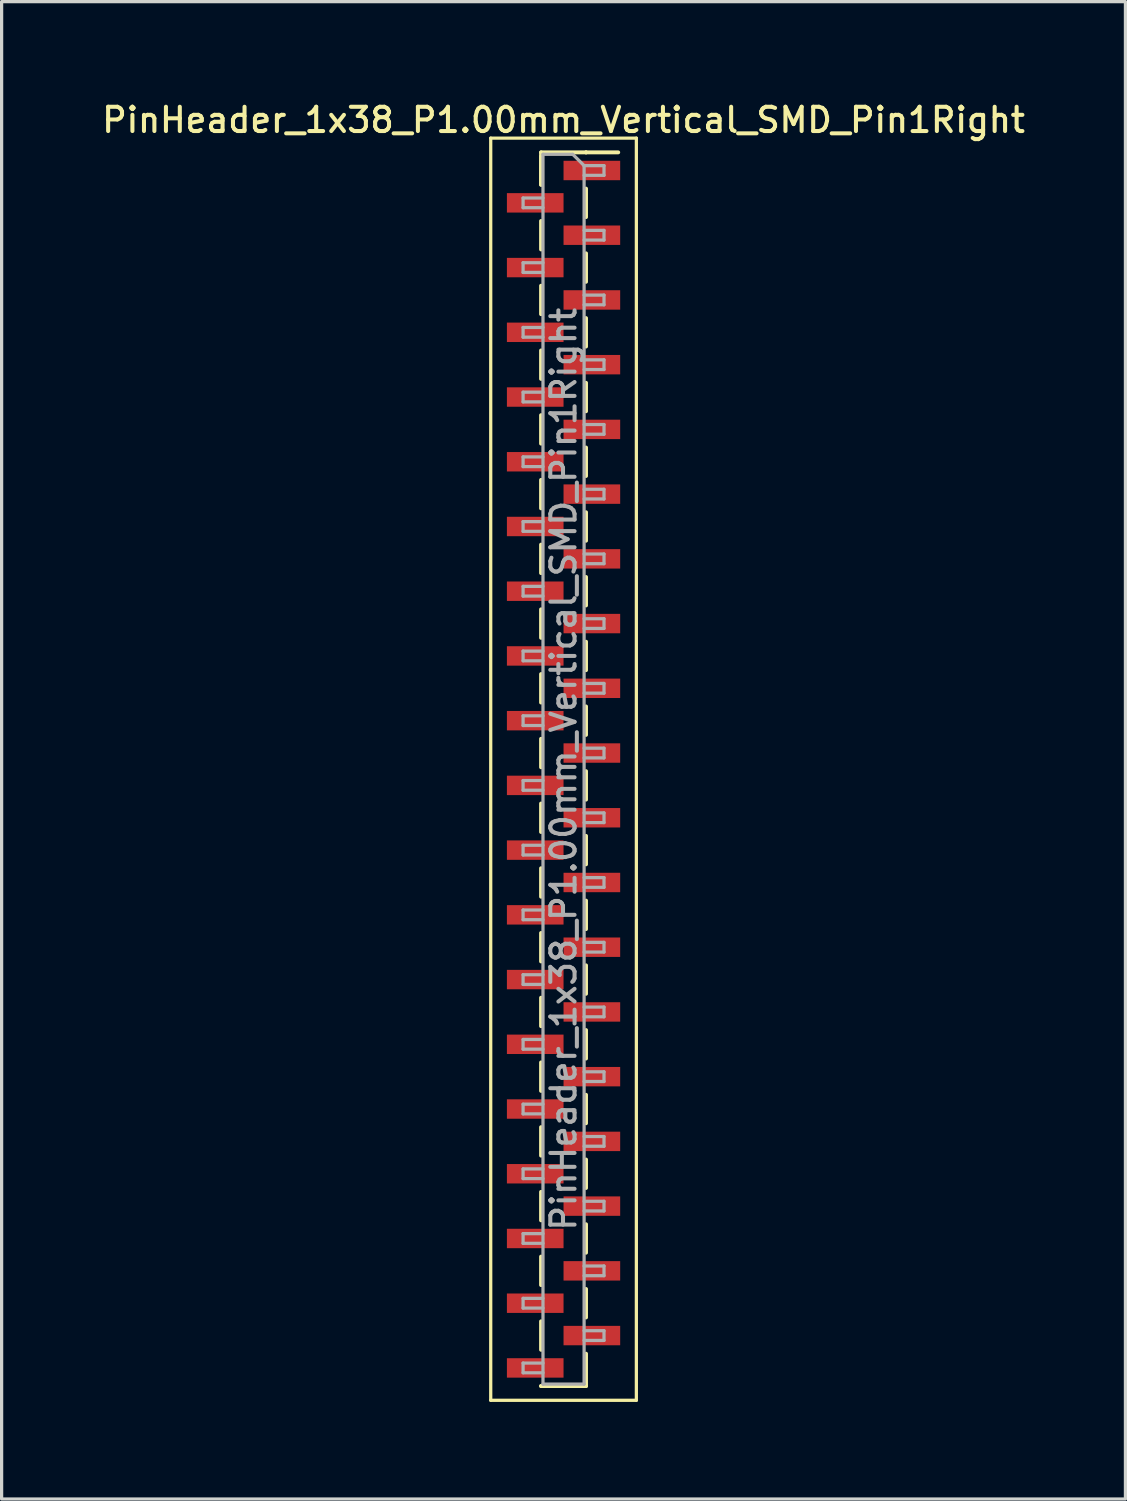
<source format=kicad_pcb>
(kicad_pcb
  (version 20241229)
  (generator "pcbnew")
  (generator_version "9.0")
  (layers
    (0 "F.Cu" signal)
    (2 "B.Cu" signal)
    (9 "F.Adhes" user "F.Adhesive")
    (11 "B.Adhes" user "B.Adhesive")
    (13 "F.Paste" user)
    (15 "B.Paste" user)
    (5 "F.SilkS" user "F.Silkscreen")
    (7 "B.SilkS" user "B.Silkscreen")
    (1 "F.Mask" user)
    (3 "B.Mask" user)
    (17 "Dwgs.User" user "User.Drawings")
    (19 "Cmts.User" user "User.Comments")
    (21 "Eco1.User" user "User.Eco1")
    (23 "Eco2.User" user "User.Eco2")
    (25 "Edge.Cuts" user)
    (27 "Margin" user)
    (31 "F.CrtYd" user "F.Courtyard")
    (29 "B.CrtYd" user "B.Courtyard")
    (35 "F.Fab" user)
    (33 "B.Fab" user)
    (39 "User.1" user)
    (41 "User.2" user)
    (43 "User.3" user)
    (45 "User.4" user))
  (footprint "PinHeader_1x38_P1.00mm_Vertical_SMD_Pin1Right"
    (layer "F.Cu")
    (at 14.363 20.718)
    (property "Reference" "PinHeader_1x38_P1.00mm_Vertical_SMD_Pin1Right" (at 0 -20.06 0) (layer "F.SilkS") (effects (font (size 0.75 0.75) (thickness 0.125))))
    (attr smd)
    (fp_line (start -2.25 -19.5) (end -2.25 19.5) (stroke (width 0.1) (type solid)) (layer "F.SilkS"))
    (fp_line (start -2.25 19.5) (end 2.25 19.5) (stroke (width 0.1) (type solid)) (layer "F.SilkS"))
    (fp_line (start -0.695 -19.06) (end -0.695 -18.06) (stroke (width 0.12) (type solid)) (layer "F.SilkS"))
    (fp_line (start -0.695 -19.06) (end 0.695 -19.06) (stroke (width 0.12) (type solid)) (layer "F.SilkS"))
    (fp_line (start -0.695 -18.94) (end -0.695 -18.06) (stroke (width 0.12) (type solid)) (layer "F.SilkS"))
    (fp_line (start -0.695 -16.94) (end -0.695 -16.06) (stroke (width 0.12) (type solid)) (layer "F.SilkS"))
    (fp_line (start -0.695 -14.94) (end -0.695 -14.06) (stroke (width 0.12) (type solid)) (layer "F.SilkS"))
    (fp_line (start -0.695 -12.94) (end -0.695 -12.06) (stroke (width 0.12) (type solid)) (layer "F.SilkS"))
    (fp_line (start -0.695 -10.94) (end -0.695 -10.06) (stroke (width 0.12) (type solid)) (layer "F.SilkS"))
    (fp_line (start -0.695 -8.94) (end -0.695 -8.06) (stroke (width 0.12) (type solid)) (layer "F.SilkS"))
    (fp_line (start -0.695 -6.94) (end -0.695 -6.06) (stroke (width 0.12) (type solid)) (layer "F.SilkS"))
    (fp_line (start -0.695 -4.94) (end -0.695 -4.06) (stroke (width 0.12) (type solid)) (layer "F.SilkS"))
    (fp_line (start -0.695 -2.94) (end -0.695 -2.06) (stroke (width 0.12) (type solid)) (layer "F.SilkS"))
    (fp_line (start -0.695 -0.94) (end -0.695 -0.06) (stroke (width 0.12) (type solid)) (layer "F.SilkS"))
    (fp_line (start -0.695 1.06) (end -0.695 1.94) (stroke (width 0.12) (type solid)) (layer "F.SilkS"))
    (fp_line (start -0.695 3.06) (end -0.695 3.94) (stroke (width 0.12) (type solid)) (layer "F.SilkS"))
    (fp_line (start -0.695 5.06) (end -0.695 5.94) (stroke (width 0.12) (type solid)) (layer "F.SilkS"))
    (fp_line (start -0.695 7.06) (end -0.695 7.94) (stroke (width 0.12) (type solid)) (layer "F.SilkS"))
    (fp_line (start -0.695 9.06) (end -0.695 9.94) (stroke (width 0.12) (type solid)) (layer "F.SilkS"))
    (fp_line (start -0.695 11.06) (end -0.695 11.94) (stroke (width 0.12) (type solid)) (layer "F.SilkS"))
    (fp_line (start -0.695 13.06) (end -0.695 13.94) (stroke (width 0.12) (type solid)) (layer "F.SilkS"))
    (fp_line (start -0.695 15.06) (end -0.695 15.94) (stroke (width 0.12) (type solid)) (layer "F.SilkS"))
    (fp_line (start -0.695 17.06) (end -0.695 17.94) (stroke (width 0.12) (type solid)) (layer "F.SilkS"))
    (fp_line (start -0.695 19.06) (end -0.695 19.06) (stroke (width 0.12) (type solid)) (layer "F.SilkS"))
    (fp_line (start -0.695 19.06) (end 0.695 19.06) (stroke (width 0.12) (type solid)) (layer "F.SilkS"))
    (fp_line (start 0.695 -19.06) (end 0.695 -19.06) (stroke (width 0.12) (type solid)) (layer "F.SilkS"))
    (fp_line (start 0.695 -19.06) (end 1.69 -19.06) (stroke (width 0.12) (type solid)) (layer "F.SilkS"))
    (fp_line (start 0.695 -17.94) (end 0.695 -17.06) (stroke (width 0.12) (type solid)) (layer "F.SilkS"))
    (fp_line (start 0.695 -15.94) (end 0.695 -15.06) (stroke (width 0.12) (type solid)) (layer "F.SilkS"))
    (fp_line (start 0.695 -13.94) (end 0.695 -13.06) (stroke (width 0.12) (type solid)) (layer "F.SilkS"))
    (fp_line (start 0.695 -11.94) (end 0.695 -11.06) (stroke (width 0.12) (type solid)) (layer "F.SilkS"))
    (fp_line (start 0.695 -9.94) (end 0.695 -9.06) (stroke (width 0.12) (type solid)) (layer "F.SilkS"))
    (fp_line (start 0.695 -7.94) (end 0.695 -7.06) (stroke (width 0.12) (type solid)) (layer "F.SilkS"))
    (fp_line (start 0.695 -5.94) (end 0.695 -5.06) (stroke (width 0.12) (type solid)) (layer "F.SilkS"))
    (fp_line (start 0.695 -3.94) (end 0.695 -3.06) (stroke (width 0.12) (type solid)) (layer "F.SilkS"))
    (fp_line (start 0.695 -1.94) (end 0.695 -1.06) (stroke (width 0.12) (type solid)) (layer "F.SilkS"))
    (fp_line (start 0.695 0.06) (end 0.695 0.94) (stroke (width 0.12) (type solid)) (layer "F.SilkS"))
    (fp_line (start 0.695 2.06) (end 0.695 2.94) (stroke (width 0.12) (type solid)) (layer "F.SilkS"))
    (fp_line (start 0.695 4.06) (end 0.695 4.94) (stroke (width 0.12) (type solid)) (layer "F.SilkS"))
    (fp_line (start 0.695 6.06) (end 0.695 6.94) (stroke (width 0.12) (type solid)) (layer "F.SilkS"))
    (fp_line (start 0.695 8.06) (end 0.695 8.94) (stroke (width 0.12) (type solid)) (layer "F.SilkS"))
    (fp_line (start 0.695 10.06) (end 0.695 10.94) (stroke (width 0.12) (type solid)) (layer "F.SilkS"))
    (fp_line (start 0.695 12.06) (end 0.695 12.94) (stroke (width 0.12) (type solid)) (layer "F.SilkS"))
    (fp_line (start 0.695 14.06) (end 0.695 14.94) (stroke (width 0.12) (type solid)) (layer "F.SilkS"))
    (fp_line (start 0.695 16.06) (end 0.695 16.94) (stroke (width 0.12) (type solid)) (layer "F.SilkS"))
    (fp_line (start 0.695 18.06) (end 0.695 19.06) (stroke (width 0.12) (type solid)) (layer "F.SilkS"))
    (fp_line (start 2.25 -19.5) (end -2.25 -19.5) (stroke (width 0.1) (type solid)) (layer "F.SilkS"))
    (fp_line (start 2.25 19.5) (end 2.25 -19.5) (stroke (width 0.1) (type solid)) (layer "F.SilkS"))
    (fp_line (start -1.25 -17.65) (end -1.25 -17.35) (stroke (width 0.1) (type solid)) (layer "F.Fab"))
    (fp_line (start -1.25 -17.35) (end -0.635 -17.35) (stroke (width 0.1) (type solid)) (layer "F.Fab"))
    (fp_line (start -1.25 -15.65) (end -1.25 -15.35) (stroke (width 0.1) (type solid)) (layer "F.Fab"))
    (fp_line (start -1.25 -15.35) (end -0.635 -15.35) (stroke (width 0.1) (type solid)) (layer "F.Fab"))
    (fp_line (start -1.25 -13.65) (end -1.25 -13.35) (stroke (width 0.1) (type solid)) (layer "F.Fab"))
    (fp_line (start -1.25 -13.35) (end -0.635 -13.35) (stroke (width 0.1) (type solid)) (layer "F.Fab"))
    (fp_line (start -1.25 -11.65) (end -1.25 -11.35) (stroke (width 0.1) (type solid)) (layer "F.Fab"))
    (fp_line (start -1.25 -11.35) (end -0.635 -11.35) (stroke (width 0.1) (type solid)) (layer "F.Fab"))
    (fp_line (start -1.25 -9.65) (end -1.25 -9.35) (stroke (width 0.1) (type solid)) (layer "F.Fab"))
    (fp_line (start -1.25 -9.35) (end -0.635 -9.35) (stroke (width 0.1) (type solid)) (layer "F.Fab"))
    (fp_line (start -1.25 -7.65) (end -1.25 -7.35) (stroke (width 0.1) (type solid)) (layer "F.Fab"))
    (fp_line (start -1.25 -7.35) (end -0.635 -7.35) (stroke (width 0.1) (type solid)) (layer "F.Fab"))
    (fp_line (start -1.25 -5.65) (end -1.25 -5.35) (stroke (width 0.1) (type solid)) (layer "F.Fab"))
    (fp_line (start -1.25 -5.35) (end -0.635 -5.35) (stroke (width 0.1) (type solid)) (layer "F.Fab"))
    (fp_line (start -1.25 -3.65) (end -1.25 -3.35) (stroke (width 0.1) (type solid)) (layer "F.Fab"))
    (fp_line (start -1.25 -3.35) (end -0.635 -3.35) (stroke (width 0.1) (type solid)) (layer "F.Fab"))
    (fp_line (start -1.25 -1.65) (end -1.25 -1.35) (stroke (width 0.1) (type solid)) (layer "F.Fab"))
    (fp_line (start -1.25 -1.35) (end -0.635 -1.35) (stroke (width 0.1) (type solid)) (layer "F.Fab"))
    (fp_line (start -1.25 0.35) (end -1.25 0.65) (stroke (width 0.1) (type solid)) (layer "F.Fab"))
    (fp_line (start -1.25 0.65) (end -0.635 0.65) (stroke (width 0.1) (type solid)) (layer "F.Fab"))
    (fp_line (start -1.25 2.35) (end -1.25 2.65) (stroke (width 0.1) (type solid)) (layer "F.Fab"))
    (fp_line (start -1.25 2.65) (end -0.635 2.65) (stroke (width 0.1) (type solid)) (layer "F.Fab"))
    (fp_line (start -1.25 4.35) (end -1.25 4.65) (stroke (width 0.1) (type solid)) (layer "F.Fab"))
    (fp_line (start -1.25 4.65) (end -0.635 4.65) (stroke (width 0.1) (type solid)) (layer "F.Fab"))
    (fp_line (start -1.25 6.35) (end -1.25 6.65) (stroke (width 0.1) (type solid)) (layer "F.Fab"))
    (fp_line (start -1.25 6.65) (end -0.635 6.65) (stroke (width 0.1) (type solid)) (layer "F.Fab"))
    (fp_line (start -1.25 8.35) (end -1.25 8.65) (stroke (width 0.1) (type solid)) (layer "F.Fab"))
    (fp_line (start -1.25 8.65) (end -0.635 8.65) (stroke (width 0.1) (type solid)) (layer "F.Fab"))
    (fp_line (start -1.25 10.35) (end -1.25 10.65) (stroke (width 0.1) (type solid)) (layer "F.Fab"))
    (fp_line (start -1.25 10.65) (end -0.635 10.65) (stroke (width 0.1) (type solid)) (layer "F.Fab"))
    (fp_line (start -1.25 12.35) (end -1.25 12.65) (stroke (width 0.1) (type solid)) (layer "F.Fab"))
    (fp_line (start -1.25 12.65) (end -0.635 12.65) (stroke (width 0.1) (type solid)) (layer "F.Fab"))
    (fp_line (start -1.25 14.35) (end -1.25 14.65) (stroke (width 0.1) (type solid)) (layer "F.Fab"))
    (fp_line (start -1.25 14.65) (end -0.635 14.65) (stroke (width 0.1) (type solid)) (layer "F.Fab"))
    (fp_line (start -1.25 16.35) (end -1.25 16.65) (stroke (width 0.1) (type solid)) (layer "F.Fab"))
    (fp_line (start -1.25 16.65) (end -0.635 16.65) (stroke (width 0.1) (type solid)) (layer "F.Fab"))
    (fp_line (start -1.25 18.35) (end -1.25 18.65) (stroke (width 0.1) (type solid)) (layer "F.Fab"))
    (fp_line (start -1.25 18.65) (end -0.635 18.65) (stroke (width 0.1) (type solid)) (layer "F.Fab"))
    (fp_line (start -0.635 -19) (end -0.635 19) (stroke (width 0.1) (type solid)) (layer "F.Fab"))
    (fp_line (start -0.635 -19) (end 0.285 -19) (stroke (width 0.1) (type solid)) (layer "F.Fab"))
    (fp_line (start -0.635 -17.65) (end -1.25 -17.65) (stroke (width 0.1) (type solid)) (layer "F.Fab"))
    (fp_line (start -0.635 -15.65) (end -1.25 -15.65) (stroke (width 0.1) (type solid)) (layer "F.Fab"))
    (fp_line (start -0.635 -13.65) (end -1.25 -13.65) (stroke (width 0.1) (type solid)) (layer "F.Fab"))
    (fp_line (start -0.635 -11.65) (end -1.25 -11.65) (stroke (width 0.1) (type solid)) (layer "F.Fab"))
    (fp_line (start -0.635 -9.65) (end -1.25 -9.65) (stroke (width 0.1) (type solid)) (layer "F.Fab"))
    (fp_line (start -0.635 -7.65) (end -1.25 -7.65) (stroke (width 0.1) (type solid)) (layer "F.Fab"))
    (fp_line (start -0.635 -5.65) (end -1.25 -5.65) (stroke (width 0.1) (type solid)) (layer "F.Fab"))
    (fp_line (start -0.635 -3.65) (end -1.25 -3.65) (stroke (width 0.1) (type solid)) (layer "F.Fab"))
    (fp_line (start -0.635 -1.65) (end -1.25 -1.65) (stroke (width 0.1) (type solid)) (layer "F.Fab"))
    (fp_line (start -0.635 0.35) (end -1.25 0.35) (stroke (width 0.1) (type solid)) (layer "F.Fab"))
    (fp_line (start -0.635 2.35) (end -1.25 2.35) (stroke (width 0.1) (type solid)) (layer "F.Fab"))
    (fp_line (start -0.635 4.35) (end -1.25 4.35) (stroke (width 0.1) (type solid)) (layer "F.Fab"))
    (fp_line (start -0.635 6.35) (end -1.25 6.35) (stroke (width 0.1) (type solid)) (layer "F.Fab"))
    (fp_line (start -0.635 8.35) (end -1.25 8.35) (stroke (width 0.1) (type solid)) (layer "F.Fab"))
    (fp_line (start -0.635 10.35) (end -1.25 10.35) (stroke (width 0.1) (type solid)) (layer "F.Fab"))
    (fp_line (start -0.635 12.35) (end -1.25 12.35) (stroke (width 0.1) (type solid)) (layer "F.Fab"))
    (fp_line (start -0.635 14.35) (end -1.25 14.35) (stroke (width 0.1) (type solid)) (layer "F.Fab"))
    (fp_line (start -0.635 16.35) (end -1.25 16.35) (stroke (width 0.1) (type solid)) (layer "F.Fab"))
    (fp_line (start -0.635 18.35) (end -1.25 18.35) (stroke (width 0.1) (type solid)) (layer "F.Fab"))
    (fp_line (start 0.635 -18.65) (end 0.285 -19) (stroke (width 0.1) (type solid)) (layer "F.Fab"))
    (fp_line (start 0.635 -18.65) (end 1.25 -18.65) (stroke (width 0.1) (type solid)) (layer "F.Fab"))
    (fp_line (start 0.635 -16.65) (end 1.25 -16.65) (stroke (width 0.1) (type solid)) (layer "F.Fab"))
    (fp_line (start 0.635 -14.65) (end 1.25 -14.65) (stroke (width 0.1) (type solid)) (layer "F.Fab"))
    (fp_line (start 0.635 -12.65) (end 1.25 -12.65) (stroke (width 0.1) (type solid)) (layer "F.Fab"))
    (fp_line (start 0.635 -10.65) (end 1.25 -10.65) (stroke (width 0.1) (type solid)) (layer "F.Fab"))
    (fp_line (start 0.635 -8.65) (end 1.25 -8.65) (stroke (width 0.1) (type solid)) (layer "F.Fab"))
    (fp_line (start 0.635 -6.65) (end 1.25 -6.65) (stroke (width 0.1) (type solid)) (layer "F.Fab"))
    (fp_line (start 0.635 -4.65) (end 1.25 -4.65) (stroke (width 0.1) (type solid)) (layer "F.Fab"))
    (fp_line (start 0.635 -2.65) (end 1.25 -2.65) (stroke (width 0.1) (type solid)) (layer "F.Fab"))
    (fp_line (start 0.635 -0.65) (end 1.25 -0.65) (stroke (width 0.1) (type solid)) (layer "F.Fab"))
    (fp_line (start 0.635 1.35) (end 1.25 1.35) (stroke (width 0.1) (type solid)) (layer "F.Fab"))
    (fp_line (start 0.635 3.35) (end 1.25 3.35) (stroke (width 0.1) (type solid)) (layer "F.Fab"))
    (fp_line (start 0.635 5.35) (end 1.25 5.35) (stroke (width 0.1) (type solid)) (layer "F.Fab"))
    (fp_line (start 0.635 7.35) (end 1.25 7.35) (stroke (width 0.1) (type solid)) (layer "F.Fab"))
    (fp_line (start 0.635 9.35) (end 1.25 9.35) (stroke (width 0.1) (type solid)) (layer "F.Fab"))
    (fp_line (start 0.635 11.35) (end 1.25 11.35) (stroke (width 0.1) (type solid)) (layer "F.Fab"))
    (fp_line (start 0.635 13.35) (end 1.25 13.35) (stroke (width 0.1) (type solid)) (layer "F.Fab"))
    (fp_line (start 0.635 15.35) (end 1.25 15.35) (stroke (width 0.1) (type solid)) (layer "F.Fab"))
    (fp_line (start 0.635 17.35) (end 1.25 17.35) (stroke (width 0.1) (type solid)) (layer "F.Fab"))
    (fp_line (start 0.635 19) (end -0.635 19) (stroke (width 0.1) (type solid)) (layer "F.Fab"))
    (fp_line (start 0.635 19) (end 0.635 -18.65) (stroke (width 0.1) (type solid)) (layer "F.Fab"))
    (fp_line (start 1.25 -18.65) (end 1.25 -18.35) (stroke (width 0.1) (type solid)) (layer "F.Fab"))
    (fp_line (start 1.25 -18.35) (end 0.635 -18.35) (stroke (width 0.1) (type solid)) (layer "F.Fab"))
    (fp_line (start 1.25 -16.65) (end 1.25 -16.35) (stroke (width 0.1) (type solid)) (layer "F.Fab"))
    (fp_line (start 1.25 -16.35) (end 0.635 -16.35) (stroke (width 0.1) (type solid)) (layer "F.Fab"))
    (fp_line (start 1.25 -14.65) (end 1.25 -14.35) (stroke (width 0.1) (type solid)) (layer "F.Fab"))
    (fp_line (start 1.25 -14.35) (end 0.635 -14.35) (stroke (width 0.1) (type solid)) (layer "F.Fab"))
    (fp_line (start 1.25 -12.65) (end 1.25 -12.35) (stroke (width 0.1) (type solid)) (layer "F.Fab"))
    (fp_line (start 1.25 -12.35) (end 0.635 -12.35) (stroke (width 0.1) (type solid)) (layer "F.Fab"))
    (fp_line (start 1.25 -10.65) (end 1.25 -10.35) (stroke (width 0.1) (type solid)) (layer "F.Fab"))
    (fp_line (start 1.25 -10.35) (end 0.635 -10.35) (stroke (width 0.1) (type solid)) (layer "F.Fab"))
    (fp_line (start 1.25 -8.65) (end 1.25 -8.35) (stroke (width 0.1) (type solid)) (layer "F.Fab"))
    (fp_line (start 1.25 -8.35) (end 0.635 -8.35) (stroke (width 0.1) (type solid)) (layer "F.Fab"))
    (fp_line (start 1.25 -6.65) (end 1.25 -6.35) (stroke (width 0.1) (type solid)) (layer "F.Fab"))
    (fp_line (start 1.25 -6.35) (end 0.635 -6.35) (stroke (width 0.1) (type solid)) (layer "F.Fab"))
    (fp_line (start 1.25 -4.65) (end 1.25 -4.35) (stroke (width 0.1) (type solid)) (layer "F.Fab"))
    (fp_line (start 1.25 -4.35) (end 0.635 -4.35) (stroke (width 0.1) (type solid)) (layer "F.Fab"))
    (fp_line (start 1.25 -2.65) (end 1.25 -2.35) (stroke (width 0.1) (type solid)) (layer "F.Fab"))
    (fp_line (start 1.25 -2.35) (end 0.635 -2.35) (stroke (width 0.1) (type solid)) (layer "F.Fab"))
    (fp_line (start 1.25 -0.65) (end 1.25 -0.35) (stroke (width 0.1) (type solid)) (layer "F.Fab"))
    (fp_line (start 1.25 -0.35) (end 0.635 -0.35) (stroke (width 0.1) (type solid)) (layer "F.Fab"))
    (fp_line (start 1.25 1.35) (end 1.25 1.65) (stroke (width 0.1) (type solid)) (layer "F.Fab"))
    (fp_line (start 1.25 1.65) (end 0.635 1.65) (stroke (width 0.1) (type solid)) (layer "F.Fab"))
    (fp_line (start 1.25 3.35) (end 1.25 3.65) (stroke (width 0.1) (type solid)) (layer "F.Fab"))
    (fp_line (start 1.25 3.65) (end 0.635 3.65) (stroke (width 0.1) (type solid)) (layer "F.Fab"))
    (fp_line (start 1.25 5.35) (end 1.25 5.65) (stroke (width 0.1) (type solid)) (layer "F.Fab"))
    (fp_line (start 1.25 5.65) (end 0.635 5.65) (stroke (width 0.1) (type solid)) (layer "F.Fab"))
    (fp_line (start 1.25 7.35) (end 1.25 7.65) (stroke (width 0.1) (type solid)) (layer "F.Fab"))
    (fp_line (start 1.25 7.65) (end 0.635 7.65) (stroke (width 0.1) (type solid)) (layer "F.Fab"))
    (fp_line (start 1.25 9.35) (end 1.25 9.65) (stroke (width 0.1) (type solid)) (layer "F.Fab"))
    (fp_line (start 1.25 9.65) (end 0.635 9.65) (stroke (width 0.1) (type solid)) (layer "F.Fab"))
    (fp_line (start 1.25 11.35) (end 1.25 11.65) (stroke (width 0.1) (type solid)) (layer "F.Fab"))
    (fp_line (start 1.25 11.65) (end 0.635 11.65) (stroke (width 0.1) (type solid)) (layer "F.Fab"))
    (fp_line (start 1.25 13.35) (end 1.25 13.65) (stroke (width 0.1) (type solid)) (layer "F.Fab"))
    (fp_line (start 1.25 13.65) (end 0.635 13.65) (stroke (width 0.1) (type solid)) (layer "F.Fab"))
    (fp_line (start 1.25 15.35) (end 1.25 15.65) (stroke (width 0.1) (type solid)) (layer "F.Fab"))
    (fp_line (start 1.25 15.65) (end 0.635 15.65) (stroke (width 0.1) (type solid)) (layer "F.Fab"))
    (fp_line (start 1.25 17.35) (end 1.25 17.65) (stroke (width 0.1) (type solid)) (layer "F.Fab"))
    (fp_line (start 1.25 17.65) (end 0.635 17.65) (stroke (width 0.1) (type solid)) (layer "F.Fab"))
    (fp_text user "${REFERENCE}" (at 0 0 90) (layer "F.Fab") (effects (font (size 0.75 0.75) (thickness 0.125))))
    (pad "1" smd rect (at 0.875 -18.5) (size 1.75 0.6) (layers "F.Cu" "F.Mask" "F.Paste"))
    (pad "2" smd rect (at -0.875 -17.5) (size 1.75 0.6) (layers "F.Cu" "F.Mask" "F.Paste"))
    (pad "3" smd rect (at 0.875 -16.5) (size 1.75 0.6) (layers "F.Cu" "F.Mask" "F.Paste"))
    (pad "4" smd rect (at -0.875 -15.5) (size 1.75 0.6) (layers "F.Cu" "F.Mask" "F.Paste"))
    (pad "5" smd rect (at 0.875 -14.5) (size 1.75 0.6) (layers "F.Cu" "F.Mask" "F.Paste"))
    (pad "6" smd rect (at -0.875 -13.5) (size 1.75 0.6) (layers "F.Cu" "F.Mask" "F.Paste"))
    (pad "7" smd rect (at 0.875 -12.5) (size 1.75 0.6) (layers "F.Cu" "F.Mask" "F.Paste"))
    (pad "8" smd rect (at -0.875 -11.5) (size 1.75 0.6) (layers "F.Cu" "F.Mask" "F.Paste"))
    (pad "9" smd rect (at 0.875 -10.5) (size 1.75 0.6) (layers "F.Cu" "F.Mask" "F.Paste"))
    (pad "10" smd rect (at -0.875 -9.5) (size 1.75 0.6) (layers "F.Cu" "F.Mask" "F.Paste"))
    (pad "11" smd rect (at 0.875 -8.5) (size 1.75 0.6) (layers "F.Cu" "F.Mask" "F.Paste"))
    (pad "12" smd rect (at -0.875 -7.5) (size 1.75 0.6) (layers "F.Cu" "F.Mask" "F.Paste"))
    (pad "13" smd rect (at 0.875 -6.5) (size 1.75 0.6) (layers "F.Cu" "F.Mask" "F.Paste"))
    (pad "14" smd rect (at -0.875 -5.5) (size 1.75 0.6) (layers "F.Cu" "F.Mask" "F.Paste"))
    (pad "15" smd rect (at 0.875 -4.5) (size 1.75 0.6) (layers "F.Cu" "F.Mask" "F.Paste"))
    (pad "16" smd rect (at -0.875 -3.5) (size 1.75 0.6) (layers "F.Cu" "F.Mask" "F.Paste"))
    (pad "17" smd rect (at 0.875 -2.5) (size 1.75 0.6) (layers "F.Cu" "F.Mask" "F.Paste"))
    (pad "18" smd rect (at -0.875 -1.5) (size 1.75 0.6) (layers "F.Cu" "F.Mask" "F.Paste"))
    (pad "19" smd rect (at 0.875 -0.5) (size 1.75 0.6) (layers "F.Cu" "F.Mask" "F.Paste"))
    (pad "20" smd rect (at -0.875 0.5) (size 1.75 0.6) (layers "F.Cu" "F.Mask" "F.Paste"))
    (pad "21" smd rect (at 0.875 1.5) (size 1.75 0.6) (layers "F.Cu" "F.Mask" "F.Paste"))
    (pad "22" smd rect (at -0.875 2.5) (size 1.75 0.6) (layers "F.Cu" "F.Mask" "F.Paste"))
    (pad "23" smd rect (at 0.875 3.5) (size 1.75 0.6) (layers "F.Cu" "F.Mask" "F.Paste"))
    (pad "24" smd rect (at -0.875 4.5) (size 1.75 0.6) (layers "F.Cu" "F.Mask" "F.Paste"))
    (pad "25" smd rect (at 0.875 5.5) (size 1.75 0.6) (layers "F.Cu" "F.Mask" "F.Paste"))
    (pad "26" smd rect (at -0.875 6.5) (size 1.75 0.6) (layers "F.Cu" "F.Mask" "F.Paste"))
    (pad "27" smd rect (at 0.875 7.5) (size 1.75 0.6) (layers "F.Cu" "F.Mask" "F.Paste"))
    (pad "28" smd rect (at -0.875 8.5) (size 1.75 0.6) (layers "F.Cu" "F.Mask" "F.Paste"))
    (pad "29" smd rect (at 0.875 9.5) (size 1.75 0.6) (layers "F.Cu" "F.Mask" "F.Paste"))
    (pad "30" smd rect (at -0.875 10.5) (size 1.75 0.6) (layers "F.Cu" "F.Mask" "F.Paste"))
    (pad "31" smd rect (at 0.875 11.5) (size 1.75 0.6) (layers "F.Cu" "F.Mask" "F.Paste"))
    (pad "32" smd rect (at -0.875 12.5) (size 1.75 0.6) (layers "F.Cu" "F.Mask" "F.Paste"))
    (pad "33" smd rect (at 0.875 13.5) (size 1.75 0.6) (layers "F.Cu" "F.Mask" "F.Paste"))
    (pad "34" smd rect (at -0.875 14.5) (size 1.75 0.6) (layers "F.Cu" "F.Mask" "F.Paste"))
    (pad "35" smd rect (at 0.875 15.5) (size 1.75 0.6) (layers "F.Cu" "F.Mask" "F.Paste"))
    (pad "36" smd rect (at -0.875 16.5) (size 1.75 0.6) (layers "F.Cu" "F.Mask" "F.Paste"))
    (pad "37" smd rect (at 0.875 17.5) (size 1.75 0.6) (layers "F.Cu" "F.Mask" "F.Paste"))
    (pad "38" smd rect (at -0.875 18.5) (size 1.75 0.6) (layers "F.Cu" "F.Mask" "F.Paste")))
  (gr_rect
    (start -3 -3)
    (end 31.725 43.268)
    (stroke (width 0.1) (type default))
    (fill no)
    (layer "Edge.Cuts")))
</source>
